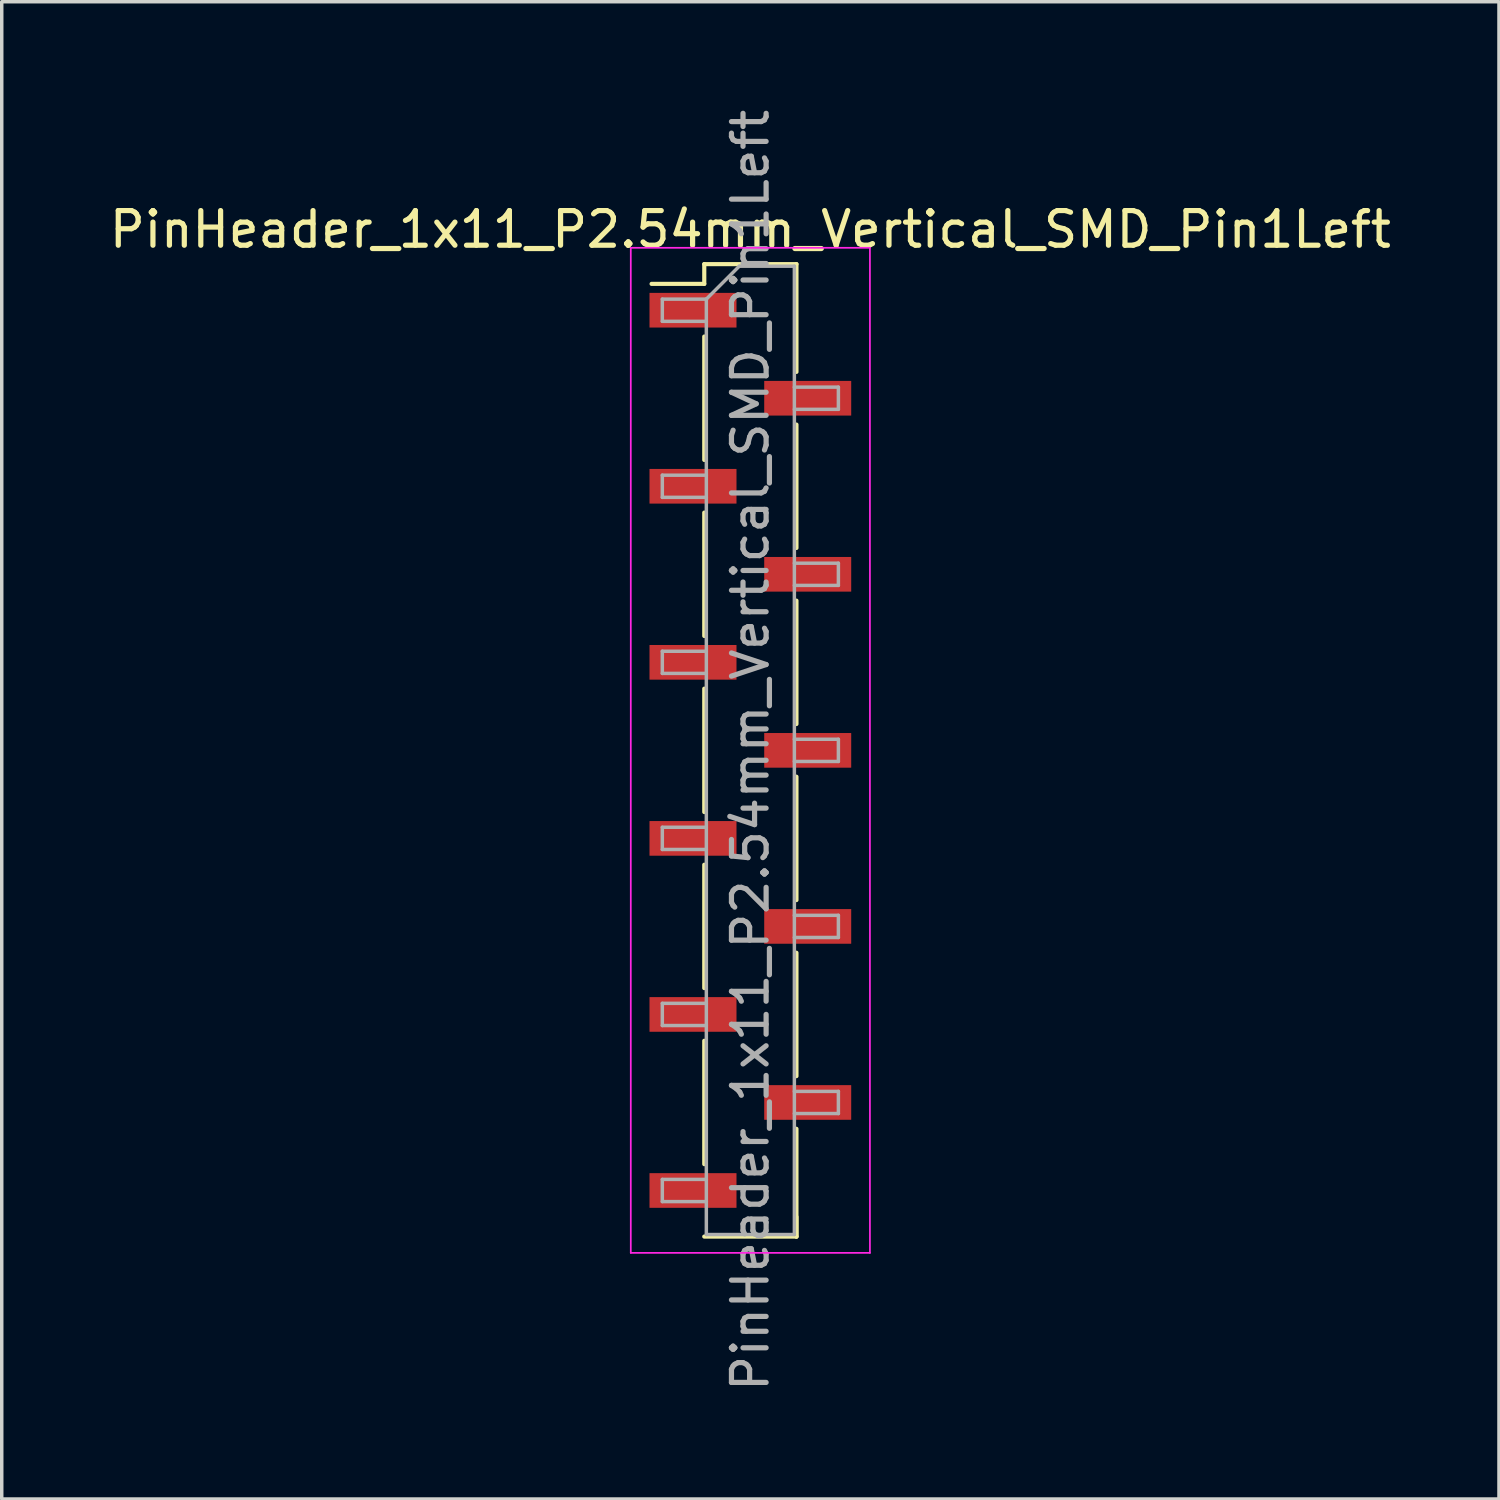
<source format=kicad_pcb>
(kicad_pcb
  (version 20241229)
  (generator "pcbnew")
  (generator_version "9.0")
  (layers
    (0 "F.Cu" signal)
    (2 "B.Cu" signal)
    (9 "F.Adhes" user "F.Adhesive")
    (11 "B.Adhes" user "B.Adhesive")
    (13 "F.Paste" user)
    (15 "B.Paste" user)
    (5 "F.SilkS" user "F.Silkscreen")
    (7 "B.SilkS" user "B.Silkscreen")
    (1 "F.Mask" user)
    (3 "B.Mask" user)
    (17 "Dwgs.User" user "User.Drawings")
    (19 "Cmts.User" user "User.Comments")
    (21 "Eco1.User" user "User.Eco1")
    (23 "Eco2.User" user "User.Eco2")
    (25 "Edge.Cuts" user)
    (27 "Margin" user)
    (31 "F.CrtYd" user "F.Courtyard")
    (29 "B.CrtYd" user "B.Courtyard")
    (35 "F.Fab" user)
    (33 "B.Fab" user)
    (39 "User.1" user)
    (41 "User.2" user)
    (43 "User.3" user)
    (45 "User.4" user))
  (footprint "PinHeader_1x11_P2.54mm_Vertical_SMD_Pin1Left"
    (layer "F.Cu")
    (at 18.601 18.601)
    (property "Reference" "PinHeader_1x11_P2.54mm_Vertical_SMD_Pin1Left" (at 0 -15.03 0) (layer "F.SilkS") (effects (font (size 1 1) (thickness 0.15))))
    (attr smd)
    (fp_line (start -1.33 -14.03) (end -1.33 -13.46) (stroke (width 0.12) (type solid)) (layer "F.SilkS"))
    (fp_line (start -1.33 -14.03) (end 1.33 -14.03) (stroke (width 0.12) (type solid)) (layer "F.SilkS"))
    (fp_line (start -1.33 -13.46) (end -2.85 -13.46) (stroke (width 0.12) (type solid)) (layer "F.SilkS"))
    (fp_line (start -1.33 -11.94) (end -1.33 -8.38) (stroke (width 0.12) (type solid)) (layer "F.SilkS"))
    (fp_line (start -1.33 -6.86) (end -1.33 -3.3) (stroke (width 0.12) (type solid)) (layer "F.SilkS"))
    (fp_line (start -1.33 -1.78) (end -1.33 1.78) (stroke (width 0.12) (type solid)) (layer "F.SilkS"))
    (fp_line (start -1.33 3.3) (end -1.33 6.86) (stroke (width 0.12) (type solid)) (layer "F.SilkS"))
    (fp_line (start -1.33 8.38) (end -1.33 11.94) (stroke (width 0.12) (type solid)) (layer "F.SilkS"))
    (fp_line (start -1.33 14.03) (end 1.33 14.03) (stroke (width 0.12) (type solid)) (layer "F.SilkS"))
    (fp_line (start 1.33 -14.03) (end 1.33 -10.92) (stroke (width 0.12) (type solid)) (layer "F.SilkS"))
    (fp_line (start 1.33 -9.4) (end 1.33 -5.84) (stroke (width 0.12) (type solid)) (layer "F.SilkS"))
    (fp_line (start 1.33 -4.32) (end 1.33 -0.76) (stroke (width 0.12) (type solid)) (layer "F.SilkS"))
    (fp_line (start 1.33 0.76) (end 1.33 4.32) (stroke (width 0.12) (type solid)) (layer "F.SilkS"))
    (fp_line (start 1.33 5.84) (end 1.33 9.4) (stroke (width 0.12) (type solid)) (layer "F.SilkS"))
    (fp_line (start 1.33 10.92) (end 1.33 14.03) (stroke (width 0.12) (type solid)) (layer "F.SilkS"))
    (fp_line (start 1.33 13.46) (end 1.33 14.03) (stroke (width 0.12) (type solid)) (layer "F.SilkS"))
    (fp_line (start -3.45 -14.5) (end -3.45 14.5) (stroke (width 0.05) (type solid)) (layer "F.CrtYd"))
    (fp_line (start -3.45 14.5) (end 3.45 14.5) (stroke (width 0.05) (type solid)) (layer "F.CrtYd"))
    (fp_line (start 3.45 -14.5) (end -3.45 -14.5) (stroke (width 0.05) (type solid)) (layer "F.CrtYd"))
    (fp_line (start 3.45 14.5) (end 3.45 -14.5) (stroke (width 0.05) (type solid)) (layer "F.CrtYd"))
    (fp_line (start -2.54 -13.02) (end -2.54 -12.38) (stroke (width 0.1) (type solid)) (layer "F.Fab"))
    (fp_line (start -2.54 -12.38) (end -1.27 -12.38) (stroke (width 0.1) (type solid)) (layer "F.Fab"))
    (fp_line (start -2.54 -7.94) (end -2.54 -7.3) (stroke (width 0.1) (type solid)) (layer "F.Fab"))
    (fp_line (start -2.54 -7.3) (end -1.27 -7.3) (stroke (width 0.1) (type solid)) (layer "F.Fab"))
    (fp_line (start -2.54 -2.86) (end -2.54 -2.22) (stroke (width 0.1) (type solid)) (layer "F.Fab"))
    (fp_line (start -2.54 -2.22) (end -1.27 -2.22) (stroke (width 0.1) (type solid)) (layer "F.Fab"))
    (fp_line (start -2.54 2.22) (end -2.54 2.86) (stroke (width 0.1) (type solid)) (layer "F.Fab"))
    (fp_line (start -2.54 2.86) (end -1.27 2.86) (stroke (width 0.1) (type solid)) (layer "F.Fab"))
    (fp_line (start -2.54 7.3) (end -2.54 7.94) (stroke (width 0.1) (type solid)) (layer "F.Fab"))
    (fp_line (start -2.54 7.94) (end -1.27 7.94) (stroke (width 0.1) (type solid)) (layer "F.Fab"))
    (fp_line (start -2.54 12.38) (end -2.54 13.02) (stroke (width 0.1) (type solid)) (layer "F.Fab"))
    (fp_line (start -2.54 13.02) (end -1.27 13.02) (stroke (width 0.1) (type solid)) (layer "F.Fab"))
    (fp_line (start -1.27 -13.02) (end -2.54 -13.02) (stroke (width 0.1) (type solid)) (layer "F.Fab"))
    (fp_line (start -1.27 -13.02) (end -0.32 -13.97) (stroke (width 0.1) (type solid)) (layer "F.Fab"))
    (fp_line (start -1.27 -7.94) (end -2.54 -7.94) (stroke (width 0.1) (type solid)) (layer "F.Fab"))
    (fp_line (start -1.27 -2.86) (end -2.54 -2.86) (stroke (width 0.1) (type solid)) (layer "F.Fab"))
    (fp_line (start -1.27 2.22) (end -2.54 2.22) (stroke (width 0.1) (type solid)) (layer "F.Fab"))
    (fp_line (start -1.27 7.3) (end -2.54 7.3) (stroke (width 0.1) (type solid)) (layer "F.Fab"))
    (fp_line (start -1.27 12.38) (end -2.54 12.38) (stroke (width 0.1) (type solid)) (layer "F.Fab"))
    (fp_line (start -1.27 13.97) (end -1.27 -13.02) (stroke (width 0.1) (type solid)) (layer "F.Fab"))
    (fp_line (start -0.32 -13.97) (end 1.27 -13.97) (stroke (width 0.1) (type solid)) (layer "F.Fab"))
    (fp_line (start 1.27 -13.97) (end 1.27 13.97) (stroke (width 0.1) (type solid)) (layer "F.Fab"))
    (fp_line (start 1.27 -10.48) (end 2.54 -10.48) (stroke (width 0.1) (type solid)) (layer "F.Fab"))
    (fp_line (start 1.27 -5.4) (end 2.54 -5.4) (stroke (width 0.1) (type solid)) (layer "F.Fab"))
    (fp_line (start 1.27 -0.32) (end 2.54 -0.32) (stroke (width 0.1) (type solid)) (layer "F.Fab"))
    (fp_line (start 1.27 4.76) (end 2.54 4.76) (stroke (width 0.1) (type solid)) (layer "F.Fab"))
    (fp_line (start 1.27 9.84) (end 2.54 9.84) (stroke (width 0.1) (type solid)) (layer "F.Fab"))
    (fp_line (start 1.27 13.97) (end -1.27 13.97) (stroke (width 0.1) (type solid)) (layer "F.Fab"))
    (fp_line (start 2.54 -10.48) (end 2.54 -9.84) (stroke (width 0.1) (type solid)) (layer "F.Fab"))
    (fp_line (start 2.54 -9.84) (end 1.27 -9.84) (stroke (width 0.1) (type solid)) (layer "F.Fab"))
    (fp_line (start 2.54 -5.4) (end 2.54 -4.76) (stroke (width 0.1) (type solid)) (layer "F.Fab"))
    (fp_line (start 2.54 -4.76) (end 1.27 -4.76) (stroke (width 0.1) (type solid)) (layer "F.Fab"))
    (fp_line (start 2.54 -0.32) (end 2.54 0.32) (stroke (width 0.1) (type solid)) (layer "F.Fab"))
    (fp_line (start 2.54 0.32) (end 1.27 0.32) (stroke (width 0.1) (type solid)) (layer "F.Fab"))
    (fp_line (start 2.54 4.76) (end 2.54 5.4) (stroke (width 0.1) (type solid)) (layer "F.Fab"))
    (fp_line (start 2.54 5.4) (end 1.27 5.4) (stroke (width 0.1) (type solid)) (layer "F.Fab"))
    (fp_line (start 2.54 9.84) (end 2.54 10.48) (stroke (width 0.1) (type solid)) (layer "F.Fab"))
    (fp_line (start 2.54 10.48) (end 1.27 10.48) (stroke (width 0.1) (type solid)) (layer "F.Fab"))
    (fp_text user "${REFERENCE}" (at 0 0 90) (layer "F.Fab") (effects (font (size 1 1) (thickness 0.15))))
    (pad "1" smd rect (at -1.655 -12.7) (size 2.51 1) (layers "F.Cu" "F.Mask" "F.Paste"))
    (pad "2" smd rect (at 1.655 -10.16) (size 2.51 1) (layers "F.Cu" "F.Mask" "F.Paste"))
    (pad "3" smd rect (at -1.655 -7.62) (size 2.51 1) (layers "F.Cu" "F.Mask" "F.Paste"))
    (pad "4" smd rect (at 1.655 -5.08) (size 2.51 1) (layers "F.Cu" "F.Mask" "F.Paste"))
    (pad "5" smd rect (at -1.655 -2.54) (size 2.51 1) (layers "F.Cu" "F.Mask" "F.Paste"))
    (pad "6" smd rect (at 1.655 0) (size 2.51 1) (layers "F.Cu" "F.Mask" "F.Paste"))
    (pad "7" smd rect (at -1.655 2.54) (size 2.51 1) (layers "F.Cu" "F.Mask" "F.Paste"))
    (pad "8" smd rect (at 1.655 5.08) (size 2.51 1) (layers "F.Cu" "F.Mask" "F.Paste"))
    (pad "9" smd rect (at -1.655 7.62) (size 2.51 1) (layers "F.Cu" "F.Mask" "F.Paste"))
    (pad "10" smd rect (at 1.655 10.16) (size 2.51 1) (layers "F.Cu" "F.Mask" "F.Paste"))
    (pad "11" smd rect (at -1.655 12.7) (size 2.51 1) (layers "F.Cu" "F.Mask" "F.Paste")))
  (gr_rect
    (start -3 -3)
    (end 40.202 40.202)
    (stroke (width 0.1) (type default))
    (fill no)
    (layer "Edge.Cuts")))
</source>
